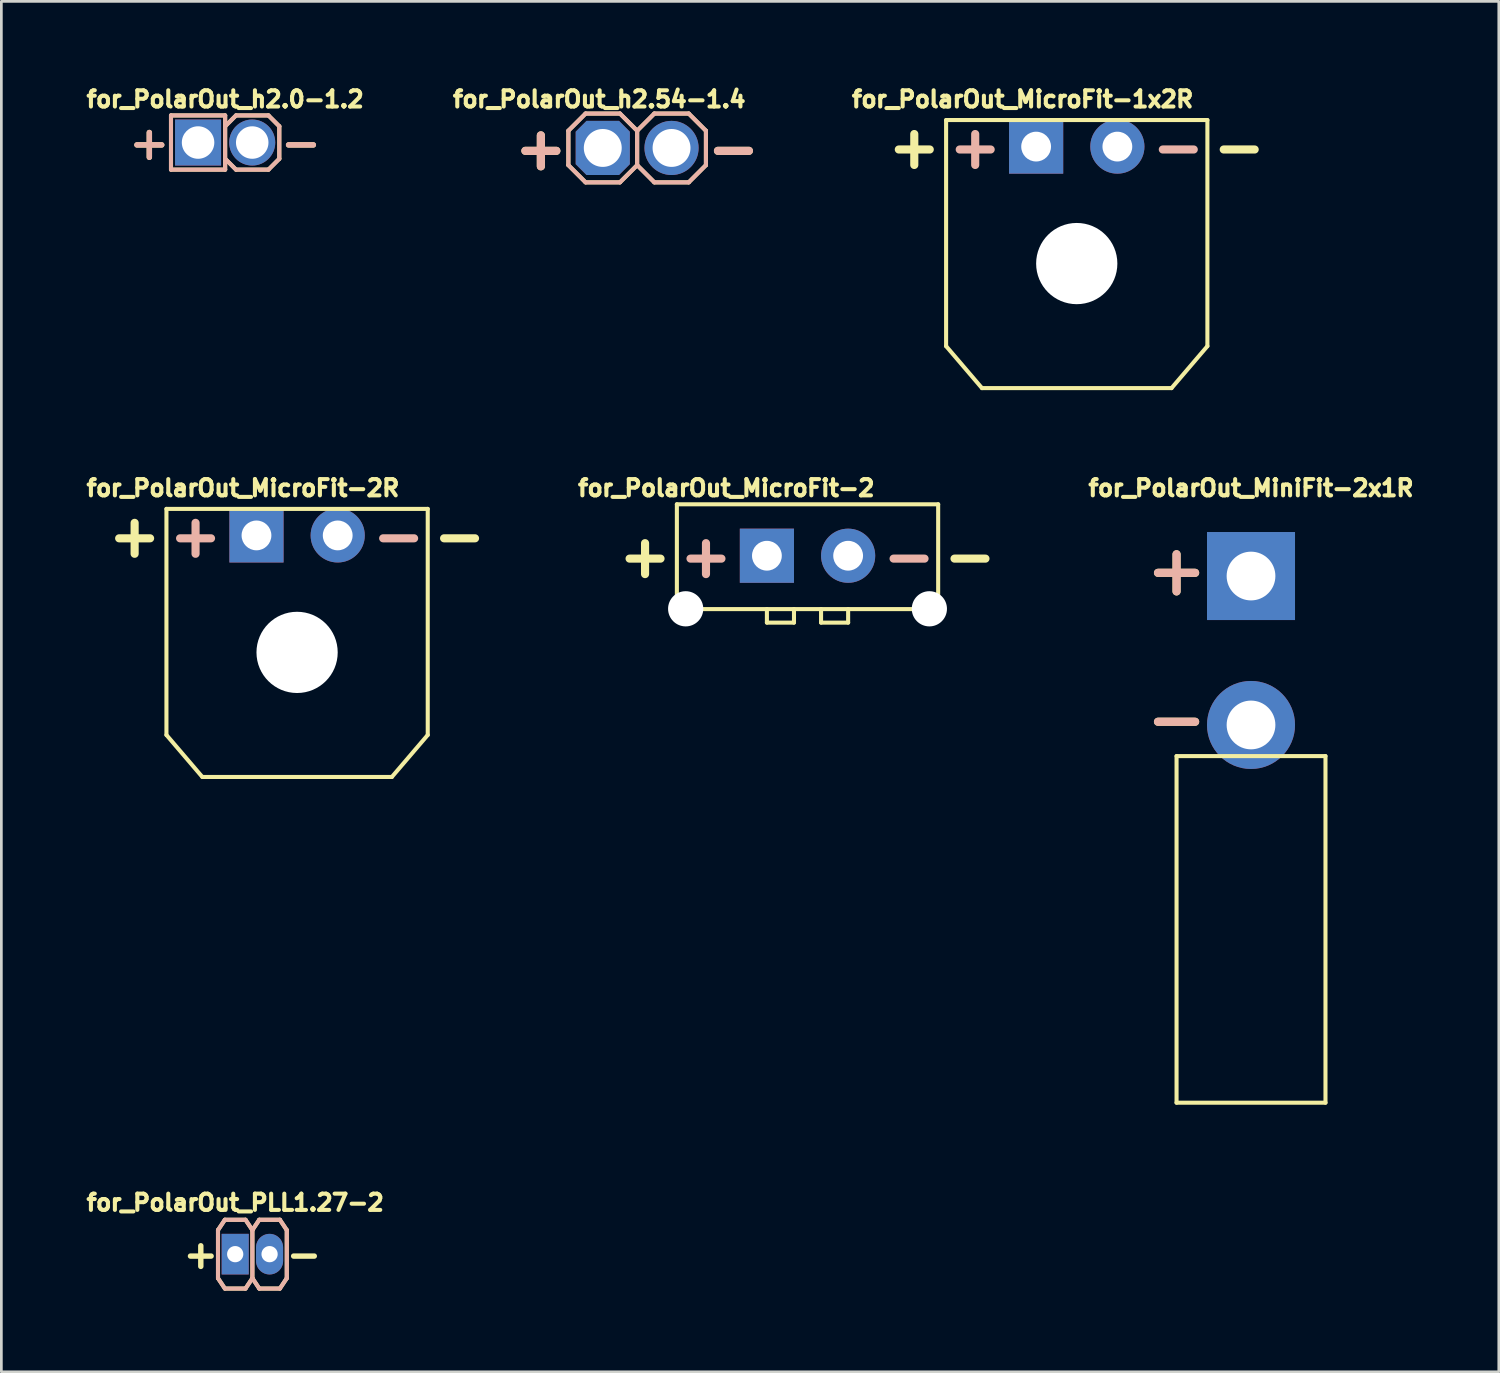
<source format=kicad_pcb>
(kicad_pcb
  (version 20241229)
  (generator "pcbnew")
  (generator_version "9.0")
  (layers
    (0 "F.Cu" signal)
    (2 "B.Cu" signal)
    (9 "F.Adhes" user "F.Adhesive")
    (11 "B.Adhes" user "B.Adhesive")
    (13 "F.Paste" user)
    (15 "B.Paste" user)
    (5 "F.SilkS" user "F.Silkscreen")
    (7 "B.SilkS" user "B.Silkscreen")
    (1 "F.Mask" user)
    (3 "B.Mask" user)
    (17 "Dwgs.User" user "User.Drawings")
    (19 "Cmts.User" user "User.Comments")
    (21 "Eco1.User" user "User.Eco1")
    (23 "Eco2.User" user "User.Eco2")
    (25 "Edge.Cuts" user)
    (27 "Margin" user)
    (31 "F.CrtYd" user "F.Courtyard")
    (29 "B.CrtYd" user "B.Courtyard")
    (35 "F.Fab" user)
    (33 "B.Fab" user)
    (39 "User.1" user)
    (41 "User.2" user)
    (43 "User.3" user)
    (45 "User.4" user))
  (footprint "for_PolarOut_MicroFit-2"
    (layer "F.Cu")
    (at 26.773 17.474)
    (property "Reference" "for_PolarOut_MicroFit-2" (at -3 -2.5 0) (layer "F.SilkS") (effects (font (size 0.6 0.6) (thickness 0.15))))
    (attr through_hole)
    (fp_line (start -4.825 1.97) (end -4.825 -1.9) (stroke (width 0.15) (type solid)) (layer "F.SilkS"))
    (fp_line (start -4.825 1.97) (end 4.825 1.97) (stroke (width 0.15) (type solid)) (layer "F.SilkS"))
    (fp_line (start -1.5 2.47) (end -1.5 1.97) (stroke (width 0.15) (type solid)) (layer "F.SilkS"))
    (fp_line (start -0.5 2.47) (end -1.5 2.47) (stroke (width 0.15) (type solid)) (layer "F.SilkS"))
    (fp_line (start -0.5 2.47) (end -0.5 1.97) (stroke (width 0.15) (type solid)) (layer "F.SilkS"))
    (fp_line (start 0.5 2.47) (end 0.5 1.97) (stroke (width 0.15) (type solid)) (layer "F.SilkS"))
    (fp_line (start 1.5 2.47) (end 0.5 2.47) (stroke (width 0.15) (type solid)) (layer "F.SilkS"))
    (fp_line (start 1.5 2.47) (end 1.5 1.97) (stroke (width 0.15) (type solid)) (layer "F.SilkS"))
    (fp_line (start 4.825 -1.9) (end -4.825 -1.9) (stroke (width 0.15) (type solid)) (layer "F.SilkS"))
    (fp_line (start 4.825 1.97) (end 4.825 -1.9) (stroke (width 0.15) (type solid)) (layer "F.SilkS"))
    (fp_text user "-" (at 6 0 0) (layer "F.SilkS") (effects (font (size 1.5 1.5) (thickness 0.3))))
    (fp_text user "+" (at -6 0 0) (layer "F.SilkS") (effects (font (size 1.5 1.5) (thickness 0.3))))
    (fp_text user "+" (at -3.75 0 0) (layer "B.SilkS") (effects (font (size 1.5 1.5) (thickness 0.3)) (justify mirror)))
    (fp_text user "-" (at 3.75 0 0) (layer "B.SilkS") (effects (font (size 1.5 1.5) (thickness 0.3)) (justify mirror)))
    (pad "" np_thru_hole circle (at -4.5 1.96) (size 1.3 1.3) (drill 1.3) (layers "*.Cu" "*.Mask"))
    (pad "" np_thru_hole circle (at 4.5 1.96) (size 1.3 1.3) (drill 1.3) (layers "*.Cu" "*.Mask"))
    (pad "1" thru_hole rect (at -1.5 0) (size 2 2) (drill 1.1) (layers "*.Cu" "*.Mask"))
    (pad "2" thru_hole circle (at 1.5 0) (size 2 2) (drill 1.1) (layers "*.Cu" "*.Mask")))
  (footprint "for_PolarOut_h2.0-1.2"
    (layer "F.Cu")
    (at 5.265 2.214)
    (property "Reference" "for_PolarOut_h2.0-1.2" (at 0 -1.6 0) (layer "F.SilkS") (effects (font (size 0.6 0.6) (thickness 0.15))))
    (attr through_hole)
    (fp_line (start -2 -1) (end 0 -1) (stroke (width 0.15) (type solid)) (layer "F.SilkS"))
    (fp_line (start -2 1) (end -2 -1) (stroke (width 0.15) (type solid)) (layer "F.SilkS"))
    (fp_line (start 0 -0.6) (end 0.4 -1) (stroke (width 0.15) (type solid)) (layer "F.SilkS"))
    (fp_line (start 0 1) (end -2 1) (stroke (width 0.15) (type solid)) (layer "F.SilkS"))
    (fp_line (start 0 1) (end 0 -1) (stroke (width 0.15) (type solid)) (layer "F.SilkS"))
    (fp_line (start 0.4 -1) (end 1.6 -1) (stroke (width 0.15) (type solid)) (layer "F.SilkS"))
    (fp_line (start 0.4 1) (end 0 0.6) (stroke (width 0.15) (type solid)) (layer "F.SilkS"))
    (fp_line (start 1.6 -1) (end 2 -0.6) (stroke (width 0.15) (type solid)) (layer "F.SilkS"))
    (fp_line (start 1.6 1) (end 0.4 1) (stroke (width 0.15) (type solid)) (layer "F.SilkS"))
    (fp_line (start 2 -0.6) (end 2 0.6) (stroke (width 0.15) (type solid)) (layer "F.SilkS"))
    (fp_line (start 2 0.6) (end 1.6 1) (stroke (width 0.15) (type solid)) (layer "F.SilkS"))
    (fp_line (start -2 -1) (end 0 -1) (stroke (width 0.15) (type solid)) (layer "B.SilkS"))
    (fp_line (start -2 1) (end -2 -1) (stroke (width 0.15) (type solid)) (layer "B.SilkS"))
    (fp_line (start 0 -1) (end 0 1) (stroke (width 0.15) (type solid)) (layer "B.SilkS"))
    (fp_line (start 0 -0.6) (end 0.4 -1) (stroke (width 0.15) (type solid)) (layer "B.SilkS"))
    (fp_line (start 0 1) (end -2 1) (stroke (width 0.15) (type solid)) (layer "B.SilkS"))
    (fp_line (start 0.4 -1) (end 1.6 -1) (stroke (width 0.15) (type solid)) (layer "B.SilkS"))
    (fp_line (start 0.4 1) (end 0 0.6) (stroke (width 0.15) (type solid)) (layer "B.SilkS"))
    (fp_line (start 1.6 -1) (end 2 -0.6) (stroke (width 0.15) (type solid)) (layer "B.SilkS"))
    (fp_line (start 1.6 1) (end 0.4 1) (stroke (width 0.15) (type solid)) (layer "B.SilkS"))
    (fp_line (start 2 -0.6) (end 2 0.6) (stroke (width 0.15) (type solid)) (layer "B.SilkS"))
    (fp_line (start 2 0.6) (end 1.6 1) (stroke (width 0.15) (type solid)) (layer "B.SilkS"))
    (fp_text user "+" (at -2.8 0 0) (layer "F.SilkS") (effects (font (size 1.2 1.2) (thickness 0.2))))
    (fp_text user "-" (at 2.8 0 0) (layer "F.SilkS") (effects (font (size 1.2 1.2) (thickness 0.2))))
    (fp_text user "-" (at 2.8 0 0) (layer "B.SilkS") (effects (font (size 1.2 1.2) (thickness 0.2)) (justify mirror)))
    (fp_text user "+" (at -2.8 0 0) (layer "B.SilkS") (effects (font (size 1.2 1.2) (thickness 0.2)) (justify mirror)))
    (pad "1" thru_hole rect (at -1 0) (size 1.7 1.7) (drill 1.2) (layers "*.Cu" "*.Mask"))
    (pad "2" thru_hole circle (at 1 0) (size 1.7 1.7) (drill 1.2) (layers "*.Cu" "*.Mask")))
  (footprint "for_PolarOut_MicroFit-2R"
    (layer "F.Cu")
    (at 7.922 16.724)
    (property "Reference" "for_PolarOut_MicroFit-2R" (at -2 -1.75 0) (layer "F.SilkS") (effects (font (size 0.6 0.6) (thickness 0.15))))
    (attr through_hole)
    (fp_line (start -4.825 7.37) (end -4.825 -0.98) (stroke (width 0.15) (type solid)) (layer "F.SilkS"))
    (fp_line (start -3.5 8.92) (end -4.825 7.37) (stroke (width 0.15) (type solid)) (layer "F.SilkS"))
    (fp_line (start -3.5 8.92) (end 3.5 8.92) (stroke (width 0.15) (type solid)) (layer "F.SilkS"))
    (fp_line (start 3.5 8.92) (end 4.825 7.37) (stroke (width 0.15) (type solid)) (layer "F.SilkS"))
    (fp_line (start 4.825 -0.98) (end -4.825 -0.98) (stroke (width 0.15) (type solid)) (layer "F.SilkS"))
    (fp_line (start 4.825 7.37) (end 4.825 -0.98) (stroke (width 0.15) (type solid)) (layer "F.SilkS"))
    (fp_text user "+" (at -6 0 0) (layer "F.SilkS") (effects (font (size 1.5 1.5) (thickness 0.3))))
    (fp_text user "-" (at 6 0 0) (layer "F.SilkS") (effects (font (size 1.5 1.5) (thickness 0.3))))
    (fp_text user "-" (at 3.75 0 0) (layer "B.SilkS") (effects (font (size 1.5 1.5) (thickness 0.3)) (justify mirror)))
    (fp_text user "+" (at -3.75 0 0) (layer "B.SilkS") (effects (font (size 1.5 1.5) (thickness 0.3)) (justify mirror)))
    (pad "" np_thru_hole circle (at 0 4.32) (size 3 3) (drill 3) (layers "*.Cu" "*.Mask"))
    (pad "1" thru_hole rect (at -1.5 0) (size 2 2) (drill 1.1) (layers "*.Cu" "*.Mask"))
    (pad "2" thru_hole circle (at 1.5 0) (size 2 2) (drill 1.1) (layers "*.Cu" "*.Mask")))
  (footprint "for_PolarOut_PLL1.27-2"
    (layer "F.Cu")
    (at 5.636 43.268)
    (property "Reference" "for_PolarOut_PLL1.27-2" (at 0 -1.905 0) (layer "F.SilkS") (effects (font (size 0.6 0.6) (thickness 0.15))))
    (attr through_hole)
    (fp_line (start -0.635 -0.889) (end -0.635 0.889) (stroke (width 0.15) (type solid)) (layer "F.SilkS"))
    (fp_line (start -0.635 0.889) (end -0.381 1.27) (stroke (width 0.15) (type solid)) (layer "F.SilkS"))
    (fp_line (start -0.381 -1.27) (end -0.635 -0.889) (stroke (width 0.15) (type solid)) (layer "F.SilkS"))
    (fp_line (start -0.381 1.27) (end 0.381 1.27) (stroke (width 0.15) (type solid)) (layer "F.SilkS"))
    (fp_line (start 0.381 -1.27) (end -0.381 -1.27) (stroke (width 0.15) (type solid)) (layer "F.SilkS"))
    (fp_line (start 0.381 1.27) (end 0.635 0.889) (stroke (width 0.15) (type solid)) (layer "F.SilkS"))
    (fp_line (start 0.635 -0.889) (end 0.381 -1.27) (stroke (width 0.15) (type solid)) (layer "F.SilkS"))
    (fp_line (start 0.635 -0.889) (end 0.635 0.889) (stroke (width 0.15) (type solid)) (layer "F.SilkS"))
    (fp_line (start 0.635 -0.889) (end 0.889 -1.27) (stroke (width 0.15) (type solid)) (layer "F.SilkS"))
    (fp_line (start 0.635 0.889) (end 0.889 1.27) (stroke (width 0.15) (type solid)) (layer "F.SilkS"))
    (fp_line (start 1.651 -1.27) (end 0.889 -1.27) (stroke (width 0.15) (type solid)) (layer "F.SilkS"))
    (fp_line (start 1.651 1.27) (end 0.889 1.27) (stroke (width 0.15) (type solid)) (layer "F.SilkS"))
    (fp_line (start 1.905 -0.889) (end 1.651 -1.27) (stroke (width 0.15) (type solid)) (layer "F.SilkS"))
    (fp_line (start 1.905 -0.889) (end 1.905 0.889) (stroke (width 0.15) (type solid)) (layer "F.SilkS"))
    (fp_line (start 1.905 0.889) (end 1.651 1.27) (stroke (width 0.15) (type solid)) (layer "F.SilkS"))
    (fp_line (start -0.635 -0.889) (end -0.635 0.889) (stroke (width 0.15) (type solid)) (layer "B.SilkS"))
    (fp_line (start -0.635 0.889) (end -0.381 1.27) (stroke (width 0.15) (type solid)) (layer "B.SilkS"))
    (fp_line (start -0.381 -1.27) (end -0.635 -0.889) (stroke (width 0.15) (type solid)) (layer "B.SilkS"))
    (fp_line (start -0.381 1.27) (end 0.381 1.27) (stroke (width 0.15) (type solid)) (layer "B.SilkS"))
    (fp_line (start 0.381 -1.27) (end -0.381 -1.27) (stroke (width 0.15) (type solid)) (layer "B.SilkS"))
    (fp_line (start 0.381 1.27) (end 0.635 0.889) (stroke (width 0.15) (type solid)) (layer "B.SilkS"))
    (fp_line (start 0.635 -0.889) (end 0.381 -1.27) (stroke (width 0.15) (type solid)) (layer "B.SilkS"))
    (fp_line (start 0.635 -0.889) (end 0.635 0.889) (stroke (width 0.15) (type solid)) (layer "B.SilkS"))
    (fp_line (start 0.635 -0.889) (end 0.889 -1.27) (stroke (width 0.15) (type solid)) (layer "B.SilkS"))
    (fp_line (start 0.635 0.889) (end 0.889 1.27) (stroke (width 0.15) (type solid)) (layer "B.SilkS"))
    (fp_line (start 1.651 -1.27) (end 0.889 -1.27) (stroke (width 0.15) (type solid)) (layer "B.SilkS"))
    (fp_line (start 1.651 1.27) (end 0.889 1.27) (stroke (width 0.15) (type solid)) (layer "B.SilkS"))
    (fp_line (start 1.905 -0.889) (end 1.651 -1.27) (stroke (width 0.15) (type solid)) (layer "B.SilkS"))
    (fp_line (start 1.905 -0.889) (end 1.905 0.889) (stroke (width 0.15) (type solid)) (layer "B.SilkS"))
    (fp_line (start 1.905 0.889) (end 1.651 1.27) (stroke (width 0.15) (type solid)) (layer "B.SilkS"))
    (fp_text user "+" (at -1.27 0 0) (layer "F.SilkS") (effects (font (size 1 1) (thickness 0.2))))
    (fp_text user "-" (at 2.54 0 0) (layer "F.SilkS") (effects (font (size 1 1) (thickness 0.2))))
    (pad "1" thru_hole rect (at 0 0) (size 1 1.5) (drill 0.6) (layers "*.Cu" "*.Mask"))
    (pad "2" thru_hole oval (at 1.27 0) (size 1 1.5) (drill 0.6) (layers "*.Cu" "*.Mask")))
  (footprint "for_PolarOut_MicroFit-1x2R"
    (layer "F.Cu")
    (at 36.716 2.364)
    (property "Reference" "for_PolarOut_MicroFit-1x2R" (at -2 -1.75 0) (layer "F.SilkS") (effects (font (size 0.6 0.6) (thickness 0.15))))
    (attr through_hole)
    (fp_line (start -4.825 7.37) (end -4.825 -0.98) (stroke (width 0.15) (type solid)) (layer "F.SilkS"))
    (fp_line (start -3.5 8.92) (end -4.825 7.37) (stroke (width 0.15) (type solid)) (layer "F.SilkS"))
    (fp_line (start -3.5 8.92) (end 3.5 8.92) (stroke (width 0.15) (type solid)) (layer "F.SilkS"))
    (fp_line (start 3.5 8.92) (end 4.825 7.37) (stroke (width 0.15) (type solid)) (layer "F.SilkS"))
    (fp_line (start 4.825 -0.98) (end -4.825 -0.98) (stroke (width 0.15) (type solid)) (layer "F.SilkS"))
    (fp_line (start 4.825 7.37) (end 4.825 -0.98) (stroke (width 0.15) (type solid)) (layer "F.SilkS"))
    (fp_text user "-" (at 6 0 0) (layer "F.SilkS") (effects (font (size 1.5 1.5) (thickness 0.3))))
    (fp_text user "+" (at -6 0 0) (layer "F.SilkS") (effects (font (size 1.5 1.5) (thickness 0.3))))
    (fp_text user "+" (at -3.75 0 0) (layer "B.SilkS") (effects (font (size 1.5 1.5) (thickness 0.3)) (justify mirror)))
    (fp_text user "-" (at 3.75 0 0) (layer "B.SilkS") (effects (font (size 1.5 1.5) (thickness 0.3)) (justify mirror)))
    (pad "" np_thru_hole circle (at 0 4.32) (size 3 3) (drill 3) (layers "*.Cu" "*.Mask"))
    (pad "1" thru_hole rect (at -1.5 0) (size 2 2) (drill 1.1) (layers "*.Cu" "*.Mask"))
    (pad "2" thru_hole circle (at 1.5 0) (size 2 2) (drill 1.1) (layers "*.Cu" "*.Mask")))
  (footprint "for_PolarOut_MiniFit-2x1R"
    (layer "F.Cu")
    (at 43.152 20.974)
    (property "Reference" "for_PolarOut_MiniFit-2x1R" (at 0 -6 0) (layer "F.SilkS") (effects (font (size 0.6 0.6) (thickness 0.15))))
    (attr through_hole)
    (fp_line (start -2.75 3.9) (end -2.75 16.7) (stroke (width 0.15) (type solid)) (layer "F.SilkS"))
    (fp_line (start 2.75 3.9) (end -2.75 3.9) (stroke (width 0.15) (type solid)) (layer "F.SilkS"))
    (fp_line (start 2.75 3.9) (end 2.75 16.7) (stroke (width 0.15) (type solid)) (layer "F.SilkS"))
    (fp_line (start 2.75 16.7) (end -2.75 16.7) (stroke (width 0.15) (type solid)) (layer "F.SilkS"))
    (fp_text user "-" (at -2.75 2.5 0) (layer "F.SilkS") (effects (font (size 1.8 1.8) (thickness 0.3))))
    (fp_text user "+" (at -2.75 -3 0) (layer "F.SilkS") (effects (font (size 1.8 1.8) (thickness 0.3))))
    (fp_text user "-" (at -2.75 2.5 0) (layer "B.SilkS") (effects (font (size 1.8 1.8) (thickness 0.3))))
    (fp_text user "+" (at -2.75 -3 0) (layer "B.SilkS") (effects (font (size 1.8 1.8) (thickness 0.3))))
    (pad "1" thru_hole rect (at 0 -2.75) (size 3.25 3.25) (drill 1.8) (layers "*.Cu" "*.Mask"))
    (pad "2" thru_hole circle (at 0 2.75) (size 3.25 3.25) (drill 1.8) (layers "*.Cu" "*.Mask")))
  (footprint "for_PolarOut_h2.54-1.4"
    (layer "F.Cu")
    (at 20.481 2.414)
    (property "Reference" "for_PolarOut_h2.54-1.4" (at -1.4 -1.8 0) (layer "F.SilkS") (effects (font (size 0.6 0.6) (thickness 0.15))))
    (attr through_hole)
    (fp_line (start -2.54 0.635) (end -2.54 -0.635) (stroke (width 0.15) (type solid)) (layer "F.SilkS"))
    (fp_line (start -1.905 -1.27) (end -2.54 -0.635) (stroke (width 0.15) (type solid)) (layer "F.SilkS"))
    (fp_line (start -1.905 1.27) (end -2.54 0.635) (stroke (width 0.15) (type solid)) (layer "F.SilkS"))
    (fp_line (start -0.635 -1.27) (end -1.905 -1.27) (stroke (width 0.15) (type solid)) (layer "F.SilkS"))
    (fp_line (start -0.635 1.27) (end -1.905 1.27) (stroke (width 0.15) (type solid)) (layer "F.SilkS"))
    (fp_line (start 0 -0.635) (end -0.635 -1.27) (stroke (width 0.15) (type solid)) (layer "F.SilkS"))
    (fp_line (start 0 -0.635) (end 0 0.635) (stroke (width 0.15) (type solid)) (layer "F.SilkS"))
    (fp_line (start 0 0.635) (end -0.635 1.27) (stroke (width 0.15) (type solid)) (layer "F.SilkS"))
    (fp_line (start 0.635 -1.27) (end 0 -0.635) (stroke (width 0.15) (type solid)) (layer "F.SilkS"))
    (fp_line (start 0.635 1.27) (end 0 0.635) (stroke (width 0.15) (type solid)) (layer "F.SilkS"))
    (fp_line (start 1.905 -1.27) (end 0.635 -1.27) (stroke (width 0.15) (type solid)) (layer "F.SilkS"))
    (fp_line (start 1.905 1.27) (end 0.635 1.27) (stroke (width 0.15) (type solid)) (layer "F.SilkS"))
    (fp_line (start 2.54 -0.635) (end 1.905 -1.27) (stroke (width 0.15) (type solid)) (layer "F.SilkS"))
    (fp_line (start 2.54 -0.635) (end 2.54 0.635) (stroke (width 0.15) (type solid)) (layer "F.SilkS"))
    (fp_line (start 2.54 0.635) (end 1.905 1.27) (stroke (width 0.15) (type solid)) (layer "F.SilkS"))
    (fp_line (start -2.54 0.635) (end -2.54 -0.635) (stroke (width 0.15) (type solid)) (layer "B.SilkS"))
    (fp_line (start -1.905 -1.27) (end -2.54 -0.635) (stroke (width 0.15) (type solid)) (layer "B.SilkS"))
    (fp_line (start -1.905 -1.27) (end -0.635 -1.27) (stroke (width 0.15) (type solid)) (layer "B.SilkS"))
    (fp_line (start -1.905 1.27) (end -2.54 0.635) (stroke (width 0.15) (type solid)) (layer "B.SilkS"))
    (fp_line (start -0.635 1.27) (end -1.905 1.27) (stroke (width 0.15) (type solid)) (layer "B.SilkS"))
    (fp_line (start 0 -0.635) (end -0.635 -1.27) (stroke (width 0.15) (type solid)) (layer "B.SilkS"))
    (fp_line (start 0 -0.635) (end 0 0.635) (stroke (width 0.15) (type solid)) (layer "B.SilkS"))
    (fp_line (start 0 0.635) (end -0.635 1.27) (stroke (width 0.15) (type solid)) (layer "B.SilkS"))
    (fp_line (start 0.635 -1.27) (end 0 -0.635) (stroke (width 0.15) (type solid)) (layer "B.SilkS"))
    (fp_line (start 0.635 -1.27) (end 1.905 -1.27) (stroke (width 0.15) (type solid)) (layer "B.SilkS"))
    (fp_line (start 0.635 1.27) (end 0 0.635) (stroke (width 0.15) (type solid)) (layer "B.SilkS"))
    (fp_line (start 1.905 1.27) (end 0.635 1.27) (stroke (width 0.15) (type solid)) (layer "B.SilkS"))
    (fp_line (start 2.54 -0.635) (end 1.905 -1.27) (stroke (width 0.15) (type solid)) (layer "B.SilkS"))
    (fp_line (start 2.54 -0.635) (end 2.54 0.635) (stroke (width 0.15) (type solid)) (layer "B.SilkS"))
    (fp_line (start 2.54 0.635) (end 1.905 1.27) (stroke (width 0.15) (type solid)) (layer "B.SilkS"))
    (fp_text user "+" (at -3.556 0 0) (layer "F.SilkS") (effects (font (size 1.5 1.5) (thickness 0.3))))
    (fp_text user "-" (at 3.556 0 0) (layer "F.SilkS") (effects (font (size 1.5 1.5) (thickness 0.3))))
    (fp_text user "+" (at -3.556 0 0) (layer "B.SilkS") (effects (font (size 1.5 1.5) (thickness 0.3)) (justify mirror)))
    (fp_text user "-" (at 3.556 0 0) (layer "B.SilkS") (effects (font (size 1.5 1.5) (thickness 0.3)) (justify mirror)))
    (pad "1" thru_hole roundrect (at -1.27 0) (size 2 2) (drill 1.4) (layers "*.Cu" "*.Mask") (roundrect_rratio 0) (chamfer_ratio 0.2) (chamfer top_left top_right bottom_left bottom_right))
    (pad "2" thru_hole circle (at 1.27 0) (size 2 2) (drill 1.4) (layers "*.Cu" "*.Mask")))
  (gr_rect
    (start -3 -3)
    (end 52.303 47.613)
    (stroke (width 0.1) (type default))
    (fill no)
    (layer "Edge.Cuts")))
</source>
